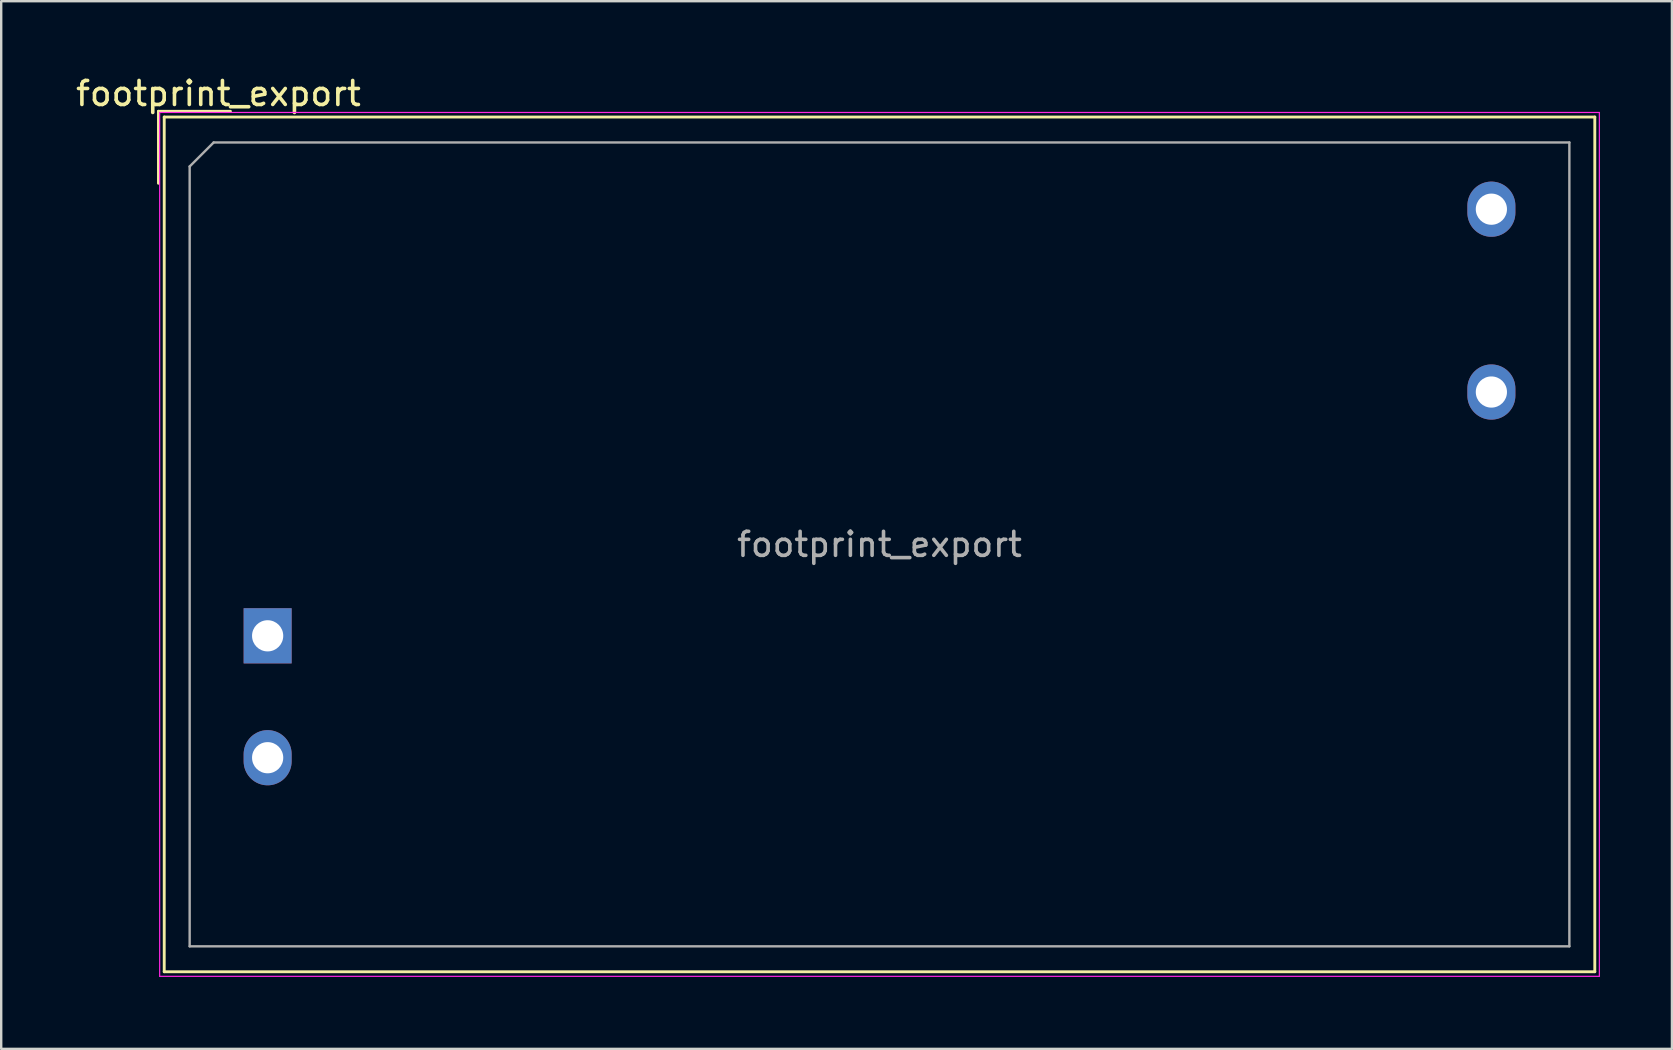
<source format=kicad_pcb>
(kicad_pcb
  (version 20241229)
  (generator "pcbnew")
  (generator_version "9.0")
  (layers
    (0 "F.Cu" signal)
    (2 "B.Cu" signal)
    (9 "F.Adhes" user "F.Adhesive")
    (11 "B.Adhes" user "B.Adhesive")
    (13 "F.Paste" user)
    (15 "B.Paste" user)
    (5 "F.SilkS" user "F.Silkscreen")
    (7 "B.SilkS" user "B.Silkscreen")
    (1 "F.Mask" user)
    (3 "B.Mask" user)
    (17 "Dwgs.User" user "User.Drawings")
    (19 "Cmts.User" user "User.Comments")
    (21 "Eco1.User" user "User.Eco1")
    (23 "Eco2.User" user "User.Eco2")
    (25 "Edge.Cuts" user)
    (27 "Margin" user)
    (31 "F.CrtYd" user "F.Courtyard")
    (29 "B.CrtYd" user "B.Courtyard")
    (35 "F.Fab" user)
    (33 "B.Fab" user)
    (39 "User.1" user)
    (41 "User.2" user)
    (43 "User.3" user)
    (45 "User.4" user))
  (footprint "footprint_export"
    (layer "F.Cu")
    (at 8.104 23.448)
    (property "Reference" "footprint_export" (at -2.05 -22.6 0) (layer "F.SilkS") (effects (font (size 1 1) (thickness 0.15))))
    (attr through_hole)
    (fp_line (start -4.55 -21.86) (end -1.55 -21.86) (stroke (width 0.12) (type solid)) (layer "F.SilkS"))
    (fp_line (start -4.55 -18.86) (end -4.55 -21.86) (stroke (width 0.12) (type solid)) (layer "F.SilkS"))
    (fp_line (start -4.31 -21.62) (end -4.31 14) (stroke (width 0.12) (type solid)) (layer "F.SilkS"))
    (fp_line (start -4.31 -21.62) (end 55.31 -21.62) (stroke (width 0.12) (type solid)) (layer "F.SilkS"))
    (fp_line (start -4.31 14) (end 55.31 14) (stroke (width 0.12) (type solid)) (layer "F.SilkS"))
    (fp_line (start 55.31 -21.62) (end 55.31 14) (stroke (width 0.12) (type solid)) (layer "F.SilkS"))
    (fp_line (start -4.5 -21.81) (end -4.5 14.19) (stroke (width 0.05) (type solid)) (layer "F.CrtYd"))
    (fp_line (start -4.5 -21.81) (end 55.5 -21.81) (stroke (width 0.05) (type solid)) (layer "F.CrtYd"))
    (fp_line (start -4.5 14.19) (end 55.5 14.19) (stroke (width 0.05) (type solid)) (layer "F.CrtYd"))
    (fp_line (start 55.5 -21.81) (end 55.5 14.19) (stroke (width 0.05) (type solid)) (layer "F.CrtYd"))
    (fp_line (start -3.25 -19.56) (end -2.25 -20.56) (stroke (width 0.1) (type solid)) (layer "F.Fab"))
    (fp_line (start -3.25 12.94) (end -3.25 -19.56) (stroke (width 0.1) (type solid)) (layer "F.Fab"))
    (fp_line (start -2.25 -20.56) (end 54.25 -20.56) (stroke (width 0.1) (type solid)) (layer "F.Fab"))
    (fp_line (start 54.25 -20.56) (end 54.25 12.94) (stroke (width 0.1) (type solid)) (layer "F.Fab"))
    (fp_line (start 54.25 12.94) (end -3.25 12.94) (stroke (width 0.1) (type solid)) (layer "F.Fab"))
    (fp_text user "${REFERENCE}" (at 25.5 -3.81 0) (layer "F.Fab") (effects (font (size 1 1) (thickness 0.15))))
    (pad "1" thru_hole rect (at 0 0) (size 2 2.3) (drill 1.3) (layers "*.Cu" "*.Mask"))
    (pad "2" thru_hole oval (at 0 5.08) (size 2 2.3) (drill 1.3) (layers "*.Cu" "*.Mask"))
    (pad "3" thru_hole oval (at 51 -17.78) (size 2 2.3) (drill 1.3) (layers "*.Cu" "*.Mask"))
    (pad "6" thru_hole oval (at 51 -10.16) (size 2 2.3) (drill 1.3) (layers "*.Cu" "*.Mask")))
  (gr_rect
    (start -3 -3)
    (end 66.629 40.663)
    (stroke (width 0.1) (type default))
    (fill no)
    (layer "Edge.Cuts")))
</source>
